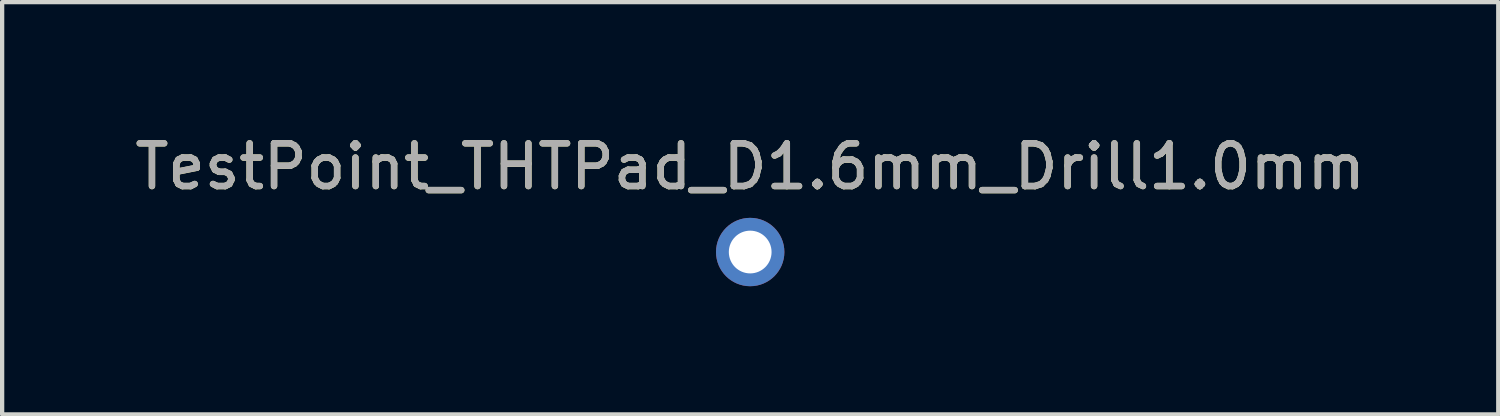
<source format=kicad_pcb>
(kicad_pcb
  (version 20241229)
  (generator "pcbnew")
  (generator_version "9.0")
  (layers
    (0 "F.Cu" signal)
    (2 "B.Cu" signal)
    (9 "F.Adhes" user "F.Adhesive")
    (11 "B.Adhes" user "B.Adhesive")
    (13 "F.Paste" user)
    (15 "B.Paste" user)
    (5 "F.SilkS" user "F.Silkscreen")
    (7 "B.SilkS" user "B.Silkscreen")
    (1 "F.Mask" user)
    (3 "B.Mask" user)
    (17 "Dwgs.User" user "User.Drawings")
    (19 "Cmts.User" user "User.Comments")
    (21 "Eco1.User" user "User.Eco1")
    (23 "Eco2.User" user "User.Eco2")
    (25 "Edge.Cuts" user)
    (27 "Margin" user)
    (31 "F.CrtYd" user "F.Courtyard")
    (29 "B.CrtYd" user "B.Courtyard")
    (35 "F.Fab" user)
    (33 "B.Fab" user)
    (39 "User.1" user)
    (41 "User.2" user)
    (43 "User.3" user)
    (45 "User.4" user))
  (footprint "TestPoint_THTPad_D1.6mm_Drill1.0mm"
    (layer "F.Cu")
    (at 14.506 2.848)
    (property "Reference" "TestPoint_THTPad_D1.6mm_Drill1.0mm" (at 0 -1.998 0) (layer "F.SilkS") (effects (font (size 1 1) (thickness 0.15))))
    (attr exclude_from_pos_files exclude_from_bom)
    (fp_text user "${REFERENCE}" (at 0 -2 0) (layer "F.Fab") (effects (font (size 1 1) (thickness 0.15))))
    (pad "1" thru_hole circle (at 0 0) (size 1.6 1.6) (drill 1) (layers "*.Cu" "*.Mask")))
  (gr_rect
    (start -3 -3)
    (end 32.012 6.648)
    (stroke (width 0.1) (type default))
    (fill no)
    (layer "Edge.Cuts")))
</source>
